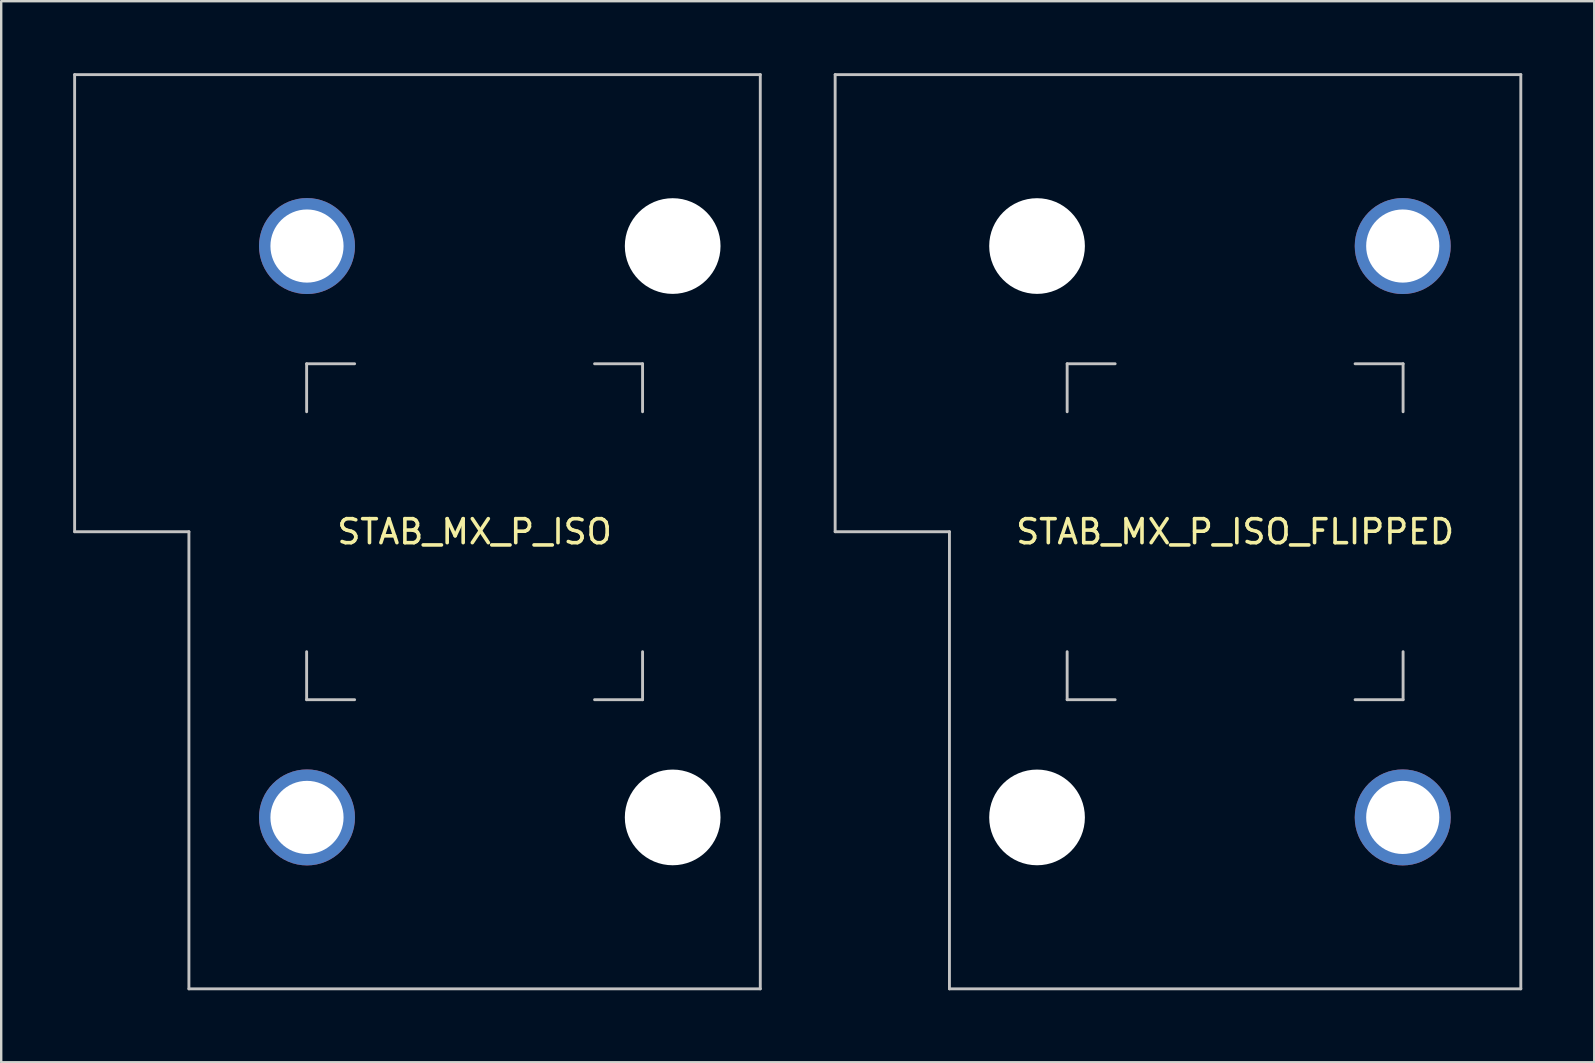
<source format=kicad_pcb>
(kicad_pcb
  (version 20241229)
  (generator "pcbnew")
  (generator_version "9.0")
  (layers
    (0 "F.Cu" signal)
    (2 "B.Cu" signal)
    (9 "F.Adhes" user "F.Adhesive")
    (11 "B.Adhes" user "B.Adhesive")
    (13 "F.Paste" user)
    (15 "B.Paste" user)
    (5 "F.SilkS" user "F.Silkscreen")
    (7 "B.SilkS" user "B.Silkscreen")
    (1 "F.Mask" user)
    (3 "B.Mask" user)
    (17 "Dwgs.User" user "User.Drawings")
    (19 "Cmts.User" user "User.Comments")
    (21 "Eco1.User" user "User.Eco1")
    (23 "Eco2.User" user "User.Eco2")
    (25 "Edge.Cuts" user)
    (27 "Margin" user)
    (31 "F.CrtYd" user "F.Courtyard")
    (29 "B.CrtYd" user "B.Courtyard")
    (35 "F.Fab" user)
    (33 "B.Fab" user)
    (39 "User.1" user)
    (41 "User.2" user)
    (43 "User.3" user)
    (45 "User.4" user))
  (footprint "STAB_MX_P_ISO_FLIPPED"
    (layer "F.Cu")
    (at 48.424 19.11)
    (property "Reference" "STAB_MX_P_ISO_FLIPPED" (at 0 0 0) (layer "F.SilkS") (effects (font (size 1 1) (thickness 0.15))))
    (attr through_hole exclude_from_pos_files exclude_from_bom)
    (fp_line (start -16.669 -19.05) (end -16.669 0) (stroke (width 0.12) (type solid)) (layer "Dwgs.User"))
    (fp_line (start -16.669 0) (end -11.906 0) (stroke (width 0.12) (type solid)) (layer "Dwgs.User"))
    (fp_line (start -11.906 0) (end -11.906 19.05) (stroke (width 0.12) (type solid)) (layer "Dwgs.User"))
    (fp_line (start -11.906 19.05) (end 11.906 19.05) (stroke (width 0.12) (type solid)) (layer "Dwgs.User"))
    (fp_line (start -7 -7) (end -5 -7) (stroke (width 0.12) (type solid)) (layer "Dwgs.User"))
    (fp_line (start -7 -5) (end -7 -7) (stroke (width 0.12) (type solid)) (layer "Dwgs.User"))
    (fp_line (start -7 7) (end -7 5) (stroke (width 0.12) (type solid)) (layer "Dwgs.User"))
    (fp_line (start -5 7) (end -7 7) (stroke (width 0.12) (type solid)) (layer "Dwgs.User"))
    (fp_line (start 7 -7) (end 5 -7) (stroke (width 0.12) (type solid)) (layer "Dwgs.User"))
    (fp_line (start 7 -5) (end 7 -7) (stroke (width 0.12) (type solid)) (layer "Dwgs.User"))
    (fp_line (start 7 5) (end 7 7) (stroke (width 0.12) (type solid)) (layer "Dwgs.User"))
    (fp_line (start 7 7) (end 5 7) (stroke (width 0.12) (type solid)) (layer "Dwgs.User"))
    (fp_line (start 11.906 -19.05) (end -16.669 -19.05) (stroke (width 0.12) (type solid)) (layer "Dwgs.User"))
    (fp_line (start 11.906 19.05) (end 11.906 -19.05) (stroke (width 0.12) (type solid)) (layer "Dwgs.User"))
    (fp_line (start -8 -14.781) (end -8 -9.031) (stroke (width 0.05) (type solid)) (layer "Eco2.User"))
    (fp_line (start -8 9.031) (end -8 14.781) (stroke (width 0.05) (type solid)) (layer "Eco2.User"))
    (fp_line (start 5.5 -15.281) (end -7.5 -15.281) (stroke (width 0.05) (type solid)) (layer "Eco2.User"))
    (fp_line (start 5.5 -8.531) (end -7.5 -8.531) (stroke (width 0.05) (type solid)) (layer "Eco2.User"))
    (fp_line (start 5.5 8.531) (end -7.5 8.531) (stroke (width 0.05) (type solid)) (layer "Eco2.User"))
    (fp_line (start 5.5 15.28) (end -7.5 15.281) (stroke (width 0.05) (type solid)) (layer "Eco2.User"))
    (fp_line (start 6 -14.781) (end 6 -9.031) (stroke (width 0.05) (type solid)) (layer "Eco2.User"))
    (fp_line (start 6 9.031) (end 6 14.78) (stroke (width 0.05) (type solid)) (layer "Eco2.User"))
    (fp_arc (start -8.000001 -14.78125) (mid -7.853554 -15.134803) (end -7.500001 -15.28125) (stroke (width 0.05) (type solid)) (layer "Eco2.User"))
    (fp_arc (start -8.000001 9.03125) (mid -7.853554 8.677697) (end -7.500001 8.53125) (stroke (width 0.05) (type solid)) (layer "Eco2.User"))
    (fp_arc (start -7.500001 -8.53125) (mid -7.853554 -8.677697) (end -8.000001 -9.03125) (stroke (width 0.05) (type solid)) (layer "Eco2.User"))
    (fp_arc (start -7.500001 15.28125) (mid -7.853554 15.134803) (end -8.000001 14.78125) (stroke (width 0.05) (type solid)) (layer "Eco2.User"))
    (fp_arc (start 5.499999 -15.28125) (mid 5.853552 -15.134803) (end 5.999999 -14.78125) (stroke (width 0.05) (type solid)) (layer "Eco2.User"))
    (fp_arc (start 5.499999 8.53125) (mid 5.853552 8.677697) (end 5.999999 9.03125) (stroke (width 0.05) (type solid)) (layer "Eco2.User"))
    (fp_arc (start 5.999999 -9.03125) (mid 5.853552 -8.677697) (end 5.499999 -8.53125) (stroke (width 0.05) (type solid)) (layer "Eco2.User"))
    (fp_arc (start 5.999999 14.780039) (mid 5.853552 15.133592) (end 5.499999 15.280039) (stroke (width 0.05) (type solid)) (layer "Eco2.User"))
    (pad "" np_thru_hole circle (at -8.255 -11.906 270) (size 3.988 3.988) (drill 3.988) (layers "*.Cu" "*.Mask"))
    (pad "" np_thru_hole circle (at -8.255 11.906 270) (size 3.988 3.988) (drill 3.988) (layers "*.Cu" "*.Mask"))
    (pad "" thru_hole circle (at 6.985 -11.906) (size 4 4) (drill 3.048) (layers "*.Cu" "B.Mask"))
    (pad "" thru_hole circle (at 6.985 11.906) (size 4 4) (drill 3.048) (layers "*.Cu" "B.Mask")))
  (footprint "STAB_MX_P_ISO"
    (layer "F.Cu")
    (at 16.729 19.11)
    (property "Reference" "STAB_MX_P_ISO" (at 0 0 180) (layer "F.SilkS") (effects (font (size 1 1) (thickness 0.15))))
    (attr through_hole exclude_from_pos_files exclude_from_bom)
    (fp_line (start -16.669 -19.05) (end -16.669 0) (stroke (width 0.12) (type solid)) (layer "Dwgs.User"))
    (fp_line (start -16.669 0) (end -11.906 0) (stroke (width 0.12) (type solid)) (layer "Dwgs.User"))
    (fp_line (start -11.906 0) (end -11.906 19.05) (stroke (width 0.12) (type solid)) (layer "Dwgs.User"))
    (fp_line (start -11.906 19.05) (end 11.906 19.05) (stroke (width 0.12) (type solid)) (layer "Dwgs.User"))
    (fp_line (start -7 -7) (end -5 -7) (stroke (width 0.12) (type solid)) (layer "Dwgs.User"))
    (fp_line (start -7 -5) (end -7 -7) (stroke (width 0.12) (type solid)) (layer "Dwgs.User"))
    (fp_line (start -7 7) (end -7 5) (stroke (width 0.12) (type solid)) (layer "Dwgs.User"))
    (fp_line (start -5 7) (end -7 7) (stroke (width 0.12) (type solid)) (layer "Dwgs.User"))
    (fp_line (start 7 -7) (end 5 -7) (stroke (width 0.12) (type solid)) (layer "Dwgs.User"))
    (fp_line (start 7 -5) (end 7 -7) (stroke (width 0.12) (type solid)) (layer "Dwgs.User"))
    (fp_line (start 7 5) (end 7 7) (stroke (width 0.12) (type solid)) (layer "Dwgs.User"))
    (fp_line (start 7 7) (end 5 7) (stroke (width 0.12) (type solid)) (layer "Dwgs.User"))
    (fp_line (start 11.906 -19.05) (end -16.669 -19.05) (stroke (width 0.12) (type solid)) (layer "Dwgs.User"))
    (fp_line (start 11.906 19.05) (end 11.906 -19.05) (stroke (width 0.12) (type solid)) (layer "Dwgs.User"))
    (fp_line (start -6 -9.031) (end -6 -14.78) (stroke (width 0.05) (type solid)) (layer "Eco2.User"))
    (fp_line (start -6 14.781) (end -6 9.031) (stroke (width 0.05) (type solid)) (layer "Eco2.User"))
    (fp_line (start -5.5 -15.28) (end 7.5 -15.281) (stroke (width 0.05) (type solid)) (layer "Eco2.User"))
    (fp_line (start -5.5 -8.531) (end 7.5 -8.531) (stroke (width 0.05) (type solid)) (layer "Eco2.User"))
    (fp_line (start -5.5 8.531) (end 7.5 8.531) (stroke (width 0.05) (type solid)) (layer "Eco2.User"))
    (fp_line (start -5.5 15.281) (end 7.5 15.281) (stroke (width 0.05) (type solid)) (layer "Eco2.User"))
    (fp_line (start 8 -9.031) (end 8 -14.781) (stroke (width 0.05) (type solid)) (layer "Eco2.User"))
    (fp_line (start 8 14.781) (end 8 9.031) (stroke (width 0.05) (type solid)) (layer "Eco2.User"))
    (fp_arc (start -5.999999 -14.780039) (mid -5.853552 -15.133592) (end -5.499999 -15.280039) (stroke (width 0.05) (type solid)) (layer "Eco2.User"))
    (fp_arc (start -5.999999 9.03125) (mid -5.853552 8.677697) (end -5.499999 8.53125) (stroke (width 0.05) (type solid)) (layer "Eco2.User"))
    (fp_arc (start -5.499999 -8.53125) (mid -5.853552 -8.677697) (end -5.999999 -9.03125) (stroke (width 0.05) (type solid)) (layer "Eco2.User"))
    (fp_arc (start -5.499999 15.28125) (mid -5.853552 15.134803) (end -5.999999 14.78125) (stroke (width 0.05) (type solid)) (layer "Eco2.User"))
    (fp_arc (start 7.500001 -15.28125) (mid 7.853554 -15.134803) (end 8.000001 -14.78125) (stroke (width 0.05) (type solid)) (layer "Eco2.User"))
    (fp_arc (start 7.500001 8.53125) (mid 7.853554 8.677697) (end 8.000001 9.03125) (stroke (width 0.05) (type solid)) (layer "Eco2.User"))
    (fp_arc (start 8.000001 -9.03125) (mid 7.853554 -8.677697) (end 7.500001 -8.53125) (stroke (width 0.05) (type solid)) (layer "Eco2.User"))
    (fp_arc (start 8.000001 14.78125) (mid 7.853554 15.134803) (end 7.500001 15.28125) (stroke (width 0.05) (type solid)) (layer "Eco2.User"))
    (pad "" thru_hole circle (at -6.985 -11.906) (size 4 4) (drill 3.048) (layers "*.Cu" "B.Mask"))
    (pad "" thru_hole circle (at -6.985 11.906) (size 4 4) (drill 3.048) (layers "*.Cu" "B.Mask"))
    (pad "" np_thru_hole circle (at 8.255 -11.906 90) (size 3.988 3.988) (drill 3.988) (layers "*.Cu" "*.Mask"))
    (pad "" np_thru_hole circle (at 8.255 11.906 90) (size 3.988 3.988) (drill 3.988) (layers "*.Cu" "*.Mask")))
  (gr_rect
    (start -3 -3)
    (end 63.39 41.22)
    (stroke (width 0.1) (type default))
    (fill no)
    (layer "Edge.Cuts")))
</source>
